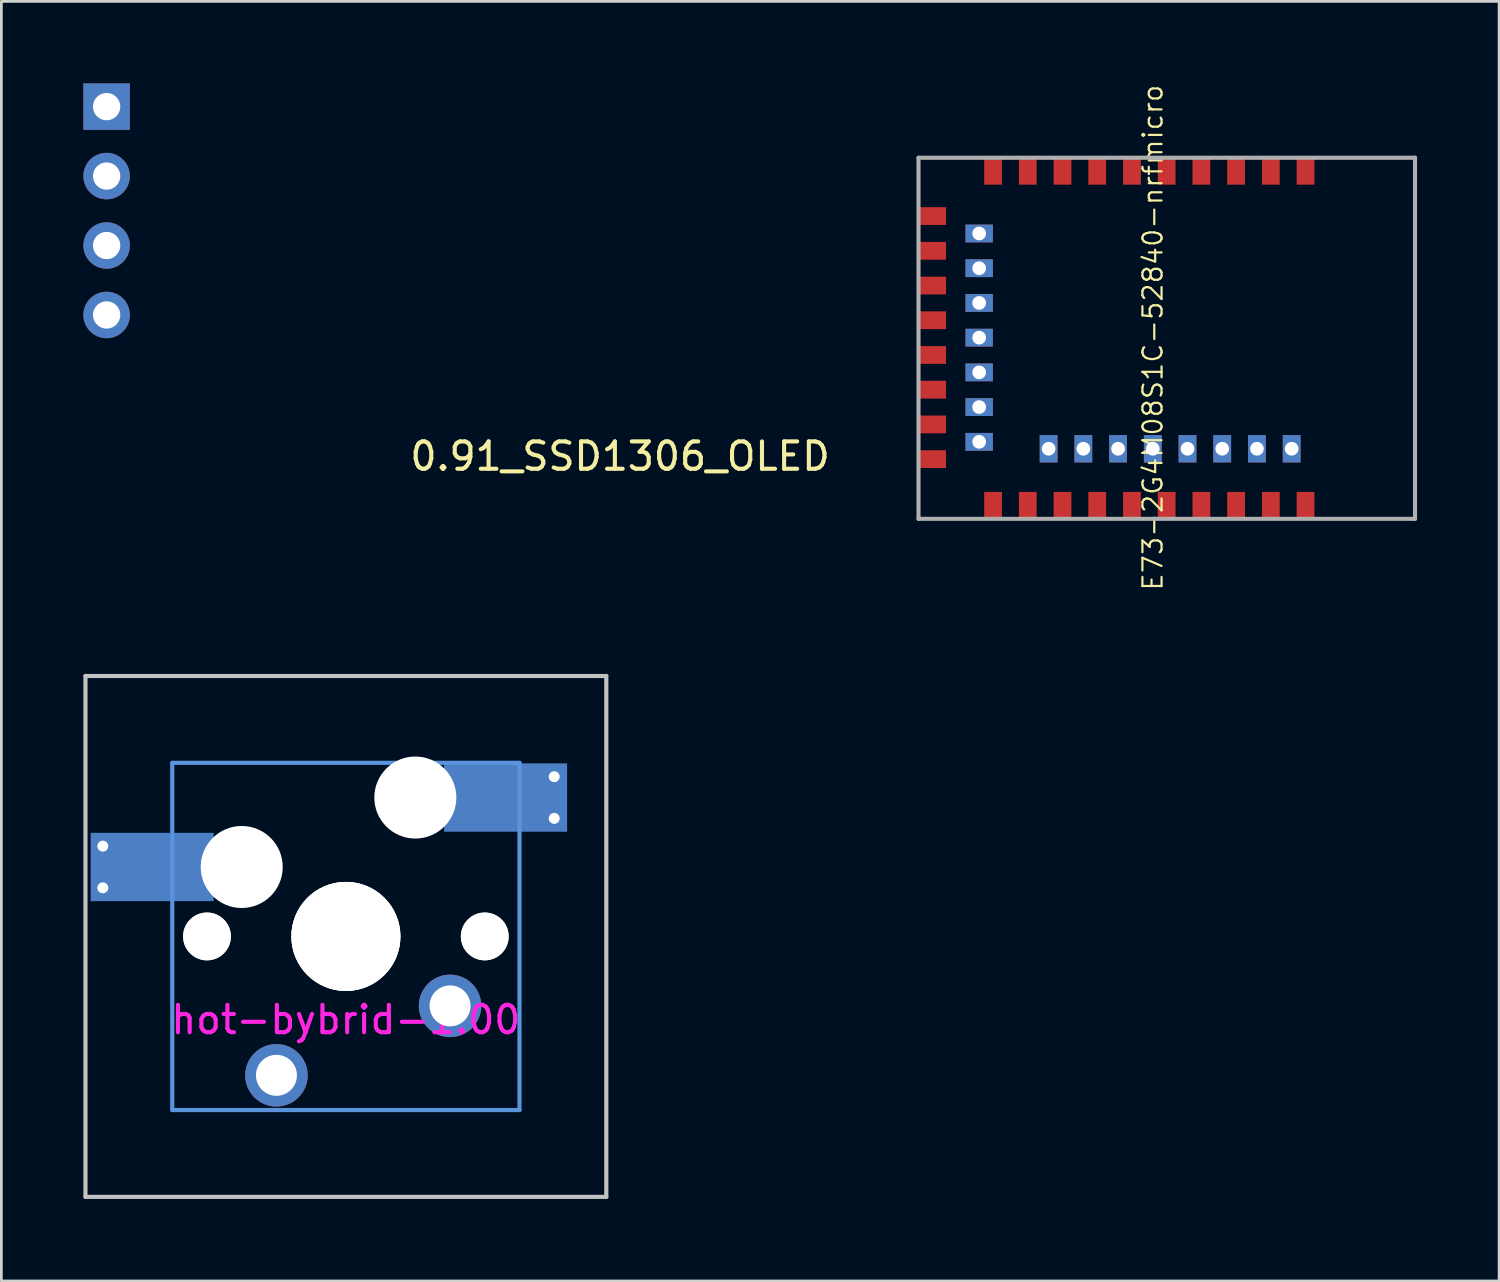
<source format=kicad_pcb>
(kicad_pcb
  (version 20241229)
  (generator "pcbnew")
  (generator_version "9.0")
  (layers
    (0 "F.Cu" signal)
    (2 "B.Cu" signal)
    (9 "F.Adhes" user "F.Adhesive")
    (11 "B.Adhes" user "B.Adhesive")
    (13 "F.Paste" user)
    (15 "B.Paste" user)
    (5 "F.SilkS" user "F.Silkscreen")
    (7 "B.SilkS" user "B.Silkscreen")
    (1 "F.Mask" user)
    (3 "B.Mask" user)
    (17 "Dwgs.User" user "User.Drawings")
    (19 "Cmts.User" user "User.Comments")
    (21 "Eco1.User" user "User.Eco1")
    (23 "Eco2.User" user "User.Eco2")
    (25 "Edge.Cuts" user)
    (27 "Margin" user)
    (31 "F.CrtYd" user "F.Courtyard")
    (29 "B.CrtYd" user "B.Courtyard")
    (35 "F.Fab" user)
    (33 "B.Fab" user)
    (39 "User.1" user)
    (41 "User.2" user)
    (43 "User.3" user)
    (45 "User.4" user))
  (footprint "hot-bybrid-1.00"
    (layer "F.Cu")
    (at 9.601 31.201)
    (property "Reference" "hot-bybrid-1.00" (at 0 3.048 0) (layer "F.CrtYd") (effects (font (size 1 1) (thickness 0.15))))
    (attr smd)
    (fp_line (start -9.525 -9.525) (end 9.525 -9.525) (stroke (width 0.152) (type solid)) (layer "Dwgs.User"))
    (fp_line (start -9.525 9.525) (end -9.525 -9.525) (stroke (width 0.152) (type solid)) (layer "Dwgs.User"))
    (fp_line (start 9.525 -9.525) (end 9.525 9.525) (stroke (width 0.152) (type solid)) (layer "Dwgs.User"))
    (fp_line (start 9.525 9.525) (end -9.525 9.525) (stroke (width 0.152) (type solid)) (layer "Dwgs.User"))
    (fp_line (start -6.35 -6.35) (end 6.35 -6.35) (stroke (width 0.152) (type solid)) (layer "Cmts.User"))
    (fp_line (start -6.35 6.35) (end -6.35 -6.35) (stroke (width 0.152) (type solid)) (layer "Cmts.User"))
    (fp_line (start 6.35 -6.35) (end 6.35 6.35) (stroke (width 0.152) (type solid)) (layer "Cmts.User"))
    (fp_line (start 6.35 6.35) (end -6.35 6.35) (stroke (width 0.152) (type solid)) (layer "Cmts.User"))
    (fp_curve (pts (xy -7 -5.999) (xy -7 -6.549) (xy -6.55 -6.999) (xy -6 -6.999)) (stroke (width 0.3) (type solid)) (layer "Eco2.User"))
    (fp_curve (pts (xy -7 6.001) (xy -7 6.001) (xy -7 -5.999) (xy -7 -5.999)) (stroke (width 0.3) (type solid)) (layer "Eco2.User"))
    (fp_curve (pts (xy -6 -6.999) (xy -6 -6.999) (xy 6 -6.999) (xy 6 -6.999)) (stroke (width 0.3) (type solid)) (layer "Eco2.User"))
    (fp_curve (pts (xy -6 7.001) (xy -6.55 7.001) (xy -7 6.551) (xy -7 6.001)) (stroke (width 0.3) (type solid)) (layer "Eco2.User"))
    (fp_curve (pts (xy 6 -6.999) (xy 6.55 -6.999) (xy 7 -6.549) (xy 7 -5.999)) (stroke (width 0.3) (type solid)) (layer "Eco2.User"))
    (fp_curve (pts (xy 6 7.001) (xy 6 7.001) (xy -6 7.001) (xy -6 7.001)) (stroke (width 0.3) (type solid)) (layer "Eco2.User"))
    (fp_curve (pts (xy 7 -5.999) (xy 7 -5.999) (xy 7 6.001) (xy 7 6.001)) (stroke (width 0.3) (type solid)) (layer "Eco2.User"))
    (fp_curve (pts (xy 7 6.001) (xy 7 6.551) (xy 6.55 7.001) (xy 6 7.001)) (stroke (width 0.3) (type solid)) (layer "Eco2.User"))
    (pad "" smd rect (at -7.085 -2.54) (size 2.55 2.5) (layers "B.Mask" "B.Paste"))
    (pad "" np_thru_hole circle (at -5.08 0 180) (size 1.75 1.75) (drill 1.75) (layers "*.Cu" "Dwgs.User"))
    (pad "" np_thru_hole circle (at -3.81 -2.54) (size 3 3) (drill 3) (layers "*.Cu" "*.Mask"))
    (pad "" np_thru_hole circle (at 0 0) (size 3.988 3.988) (drill 3.988) (layers "*.Cu" "*.Mask"))
    (pad "" np_thru_hole circle (at 0 0 180) (size 3.988 3.988) (drill 3.988) (layers "*.Cu" "Dwgs.User"))
    (pad "" np_thru_hole circle (at 2.54 -5.08) (size 3 3) (drill 3) (layers "*.Cu" "*.Mask"))
    (pad "" np_thru_hole circle (at 5.08 0 180) (size 1.75 1.75) (drill 1.75) (layers "*.Cu" "Dwgs.User"))
    (pad "" smd rect (at 5.815 -5.08) (size 2.55 2.5) (layers "B.Mask" "B.Paste"))
    (pad "1" thru_hole circle (at -8.89 -3.302) (size 0.8 0.8) (drill 0.4) (layers "*.Cu"))
    (pad "1" thru_hole circle (at -8.89 -1.778) (size 0.8 0.8) (drill 0.4) (layers "*.Cu"))
    (pad "1" smd rect (at -7.085 -2.54) (size 4.5 2.5) (layers "B.Cu"))
    (pad "1" thru_hole circle (at 3.81 2.54 180) (size 2.286 2.286) (drill 1.499) (layers "*.Cu" "*.Mask"))
    (pad "2" thru_hole circle (at -2.54 5.08 180) (size 2.286 2.286) (drill 1.499) (layers "*.Cu" "*.Mask"))
    (pad "2" smd rect (at 5.842 -5.08) (size 4.5 2.5) (layers "B.Cu"))
    (pad "2" thru_hole circle (at 7.62 -5.842) (size 0.8 0.8) (drill 0.4) (layers "*.Cu"))
    (pad "2" thru_hole circle (at 7.62 -4.318) (size 0.8 0.8) (drill 0.4) (layers "*.Cu")))
  (footprint "0.91_SSD1306_OLED"
    (layer "F.Cu")
    (at 19.63 13.14)
    (property "Reference" "0.91_SSD1306_OLED" (at 0 0.5 0) (layer "F.SilkS") (effects (font (size 1 1) (thickness 0.15))))
    (attr through_hole)
    (pad "1" thru_hole rect (at -18.78 -12.29) (size 1.7 1.7) (drill 1) (layers "*.Cu" "*.Mask"))
    (pad "2" thru_hole oval (at -18.78 -9.75) (size 1.7 1.7) (drill 1) (layers "*.Cu" "*.Mask"))
    (pad "3" thru_hole oval (at -18.78 -7.21) (size 1.7 1.7) (drill 1) (layers "*.Cu" "*.Mask"))
    (pad "4" thru_hole oval (at -18.78 -4.67) (size 1.7 1.7) (drill 1) (layers "*.Cu" "*.Mask")))
  (footprint "E73-2G4M08S1C-52840-nrfmicro"
    (layer "F.Cu")
    (at 30.672 9.323)
    (property "Reference" "E73-2G4M08S1C-52840-nrfmicro" (at 8.443 -0.023 90) (layer "F.SilkS") (effects (font (size 0.7 0.7) (thickness 0.08))))
    (attr smd)
    (fp_line (start -0.127 -6.604) (end -0.127 6.604) (stroke (width 0.15) (type solid)) (layer "F.Fab"))
    (fp_line (start -0.127 6.604) (end 18.034 6.604) (stroke (width 0.15) (type solid)) (layer "F.Fab"))
    (fp_line (start 18.034 -6.604) (end -0.127 -6.604) (stroke (width 0.15) (type solid)) (layer "F.Fab"))
    (fp_line (start 18.034 6.604) (end 18.034 -6.604) (stroke (width 0.15) (type solid)) (layer "F.Fab"))
    (pad "1" smd rect (at 14.03 -6.119) (size 0.65 1) (layers "F.Cu" "F.Mask" "F.Paste"))
    (pad "2" smd rect (at 12.76 -6.119) (size 0.65 1) (layers "F.Cu" "F.Mask" "F.Paste"))
    (pad "3" smd rect (at 11.49 -6.119) (size 0.65 1) (layers "F.Cu" "F.Mask" "F.Paste"))
    (pad "4" smd rect (at 10.22 -6.119) (size 0.65 1) (layers "F.Cu" "F.Mask" "F.Paste"))
    (pad "5" smd rect (at 8.95 -6.119) (size 0.65 1) (layers "F.Cu" "F.Mask" "F.Paste"))
    (pad "6" smd rect (at 7.68 -6.119) (size 0.65 1) (layers "F.Cu" "F.Mask" "F.Paste"))
    (pad "7" smd rect (at 6.41 -6.119) (size 0.65 1) (layers "F.Cu" "F.Mask" "F.Paste"))
    (pad "8" smd rect (at 5.14 -6.119) (size 0.65 1) (layers "F.Cu" "F.Mask" "F.Paste"))
    (pad "9" smd rect (at 3.87 -6.119) (size 0.65 1) (layers "F.Cu" "F.Mask" "F.Paste"))
    (pad "10" smd rect (at 2.6 -6.119) (size 0.65 1) (layers "F.Cu" "F.Mask" "F.Paste"))
    (pad "11" smd rect (at 0.381 -4.47 90) (size 0.65 1) (layers "F.Cu" "F.Mask" "F.Paste"))
    (pad "12" thru_hole rect (at 2.092 -3.833 90) (size 0.65 1) (drill 0.5) (layers "*.Cu" "*.Mask" "F.Paste"))
    (pad "13" smd rect (at 0.381 -3.2 90) (size 0.65 1) (layers "F.Cu" "F.Mask" "F.Paste"))
    (pad "14" thru_hole rect (at 2.092 -2.563 90) (size 0.65 1) (drill 0.5) (layers "*.Cu" "*.Mask" "F.Paste"))
    (pad "15" smd rect (at 0.381 -1.93 90) (size 0.65 1) (layers "F.Cu" "F.Mask" "F.Paste"))
    (pad "16" thru_hole rect (at 2.092 -1.293 90) (size 0.65 1) (drill 0.5) (layers "*.Cu" "*.Mask" "F.Paste"))
    (pad "17" smd rect (at 0.381 -0.66 90) (size 0.65 1) (layers "F.Cu" "F.Mask" "F.Paste"))
    (pad "18" thru_hole rect (at 2.092 -0.023 90) (size 0.65 1) (drill 0.5) (layers "*.Cu" "*.Mask" "F.Paste"))
    (pad "19" smd rect (at 0.381 0.61 90) (size 0.65 1) (layers "F.Cu" "F.Mask" "F.Paste"))
    (pad "20" thru_hole rect (at 2.092 1.247 90) (size 0.65 1) (drill 0.5) (layers "*.Cu" "*.Mask" "F.Paste"))
    (pad "21" smd rect (at 0.381 1.88 90) (size 0.65 1) (layers "F.Cu" "F.Mask" "F.Paste"))
    (pad "22" thru_hole rect (at 2.092 2.517 90) (size 0.65 1) (drill 0.5) (layers "*.Cu" "*.Mask" "F.Paste"))
    (pad "23" smd rect (at 0.381 3.15 90) (size 0.65 1) (layers "F.Cu" "F.Mask" "F.Paste"))
    (pad "24" thru_hole rect (at 2.092 3.787 90) (size 0.65 1) (drill 0.5) (layers "*.Cu" "*.Mask" "F.Paste"))
    (pad "25" smd rect (at 0.381 4.42 90) (size 0.65 1) (layers "F.Cu" "F.Mask" "F.Paste"))
    (pad "26" smd rect (at 2.6 6.119) (size 0.65 1) (layers "F.Cu" "F.Mask" "F.Paste"))
    (pad "27" smd rect (at 3.87 6.119) (size 0.65 1) (layers "F.Cu" "F.Mask" "F.Paste"))
    (pad "28" thru_hole rect (at 4.632 4.041) (size 0.65 1) (drill 0.5) (layers "*.Cu" "*.Mask" "F.Paste"))
    (pad "29" smd rect (at 5.14 6.119) (size 0.65 1) (layers "F.Cu" "F.Mask" "F.Paste"))
    (pad "30" thru_hole rect (at 5.902 4.041) (size 0.65 1) (drill 0.5) (layers "*.Cu" "*.Mask" "F.Paste"))
    (pad "31" smd rect (at 6.41 6.119) (size 0.65 1) (layers "F.Cu" "F.Mask" "F.Paste"))
    (pad "32" thru_hole rect (at 7.172 4.041) (size 0.65 1) (drill 0.5) (layers "*.Cu" "*.Mask" "F.Paste"))
    (pad "33" smd rect (at 7.68 6.119) (size 0.65 1) (layers "F.Cu" "F.Mask" "F.Paste"))
    (pad "34" thru_hole rect (at 8.442 4.041) (size 0.65 1) (drill 0.5) (layers "*.Cu" "*.Mask" "F.Paste"))
    (pad "35" smd rect (at 8.95 6.119) (size 0.65 1) (layers "F.Cu" "F.Mask" "F.Paste"))
    (pad "36" thru_hole rect (at 9.712 4.041) (size 0.65 1) (drill 0.5) (layers "*.Cu" "*.Mask" "F.Paste"))
    (pad "37" smd rect (at 10.22 6.119) (size 0.65 1) (layers "F.Cu" "F.Mask" "F.Paste"))
    (pad "38" thru_hole rect (at 10.982 4.041) (size 0.65 1) (drill 0.5) (layers "*.Cu" "*.Mask" "F.Paste"))
    (pad "39" smd rect (at 11.49 6.119) (size 0.65 1) (layers "F.Cu" "F.Mask" "F.Paste"))
    (pad "40" thru_hole rect (at 12.252 4.041) (size 0.65 1) (drill 0.5) (layers "*.Cu" "*.Mask" "F.Paste"))
    (pad "41" smd rect (at 12.76 6.119) (size 0.65 1) (layers "F.Cu" "F.Mask" "F.Paste"))
    (pad "42" thru_hole rect (at 13.522 4.041) (size 0.65 1) (drill 0.5) (layers "*.Cu" "*.Mask" "F.Paste"))
    (pad "43" smd rect (at 14.03 6.119) (size 0.65 1) (layers "F.Cu" "F.Mask" "F.Paste")))
  (gr_rect
    (start -3 -3)
    (end 51.781 43.802)
    (stroke (width 0.1) (type default))
    (fill no)
    (layer "Edge.Cuts")))
</source>
